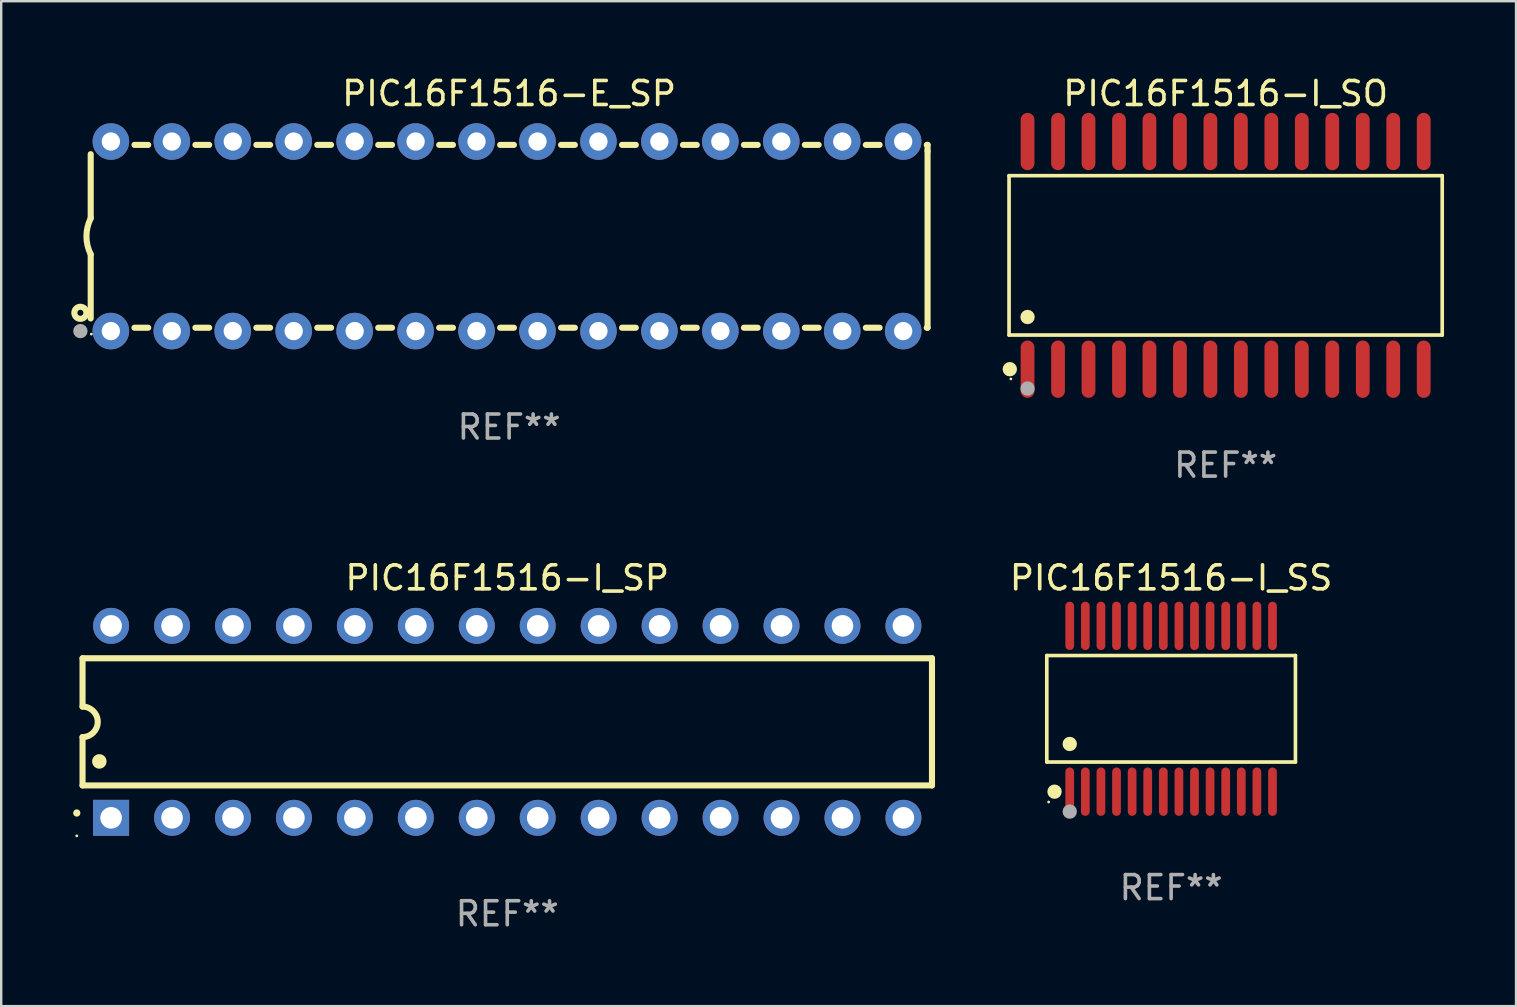
<source format=kicad_pcb>
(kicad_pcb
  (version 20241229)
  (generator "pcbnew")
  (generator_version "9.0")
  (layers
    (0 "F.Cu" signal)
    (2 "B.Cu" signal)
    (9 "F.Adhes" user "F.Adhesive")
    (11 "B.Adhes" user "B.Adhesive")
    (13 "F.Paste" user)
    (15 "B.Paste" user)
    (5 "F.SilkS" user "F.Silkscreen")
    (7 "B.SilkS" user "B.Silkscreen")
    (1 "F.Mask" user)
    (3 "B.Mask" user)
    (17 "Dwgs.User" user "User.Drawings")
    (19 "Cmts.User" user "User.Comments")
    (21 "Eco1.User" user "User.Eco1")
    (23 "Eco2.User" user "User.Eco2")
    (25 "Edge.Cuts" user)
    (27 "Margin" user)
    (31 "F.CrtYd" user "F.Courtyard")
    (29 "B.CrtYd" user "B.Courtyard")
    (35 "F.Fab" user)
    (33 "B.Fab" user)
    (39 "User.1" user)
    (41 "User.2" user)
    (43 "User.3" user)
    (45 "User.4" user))
  (footprint "PIC16F1516-E_SP"
    (layer "F.Cu")
    (at 18.168 6.798)
    (property "Reference" "PIC16F1516-E_SP" (at 0 -5.95 0) (layer "F.SilkS") (effects (font (size 1 1) (thickness 0.15))))
    (attr through_hole)
    (fp_line (start -17.438 0.75) (end -17.438 3.423) (stroke (width 0.254) (type solid)) (layer "F.SilkS"))
    (fp_line (start -17.438 -3.423) (end -17.438 -0.75) (stroke (width 0.254) (type solid)) (layer "F.SilkS"))
    (fp_line (start -15.615 3.81) (end -15.041 3.81) (stroke (width 0.254) (type solid)) (layer "F.SilkS"))
    (fp_line (start -15.041 -3.81) (end -15.614 -3.81) (stroke (width 0.254) (type solid)) (layer "F.SilkS"))
    (fp_line (start -13.075 3.81) (end -12.501 3.81) (stroke (width 0.254) (type solid)) (layer "F.SilkS"))
    (fp_line (start -12.501 -3.81) (end -13.074 -3.81) (stroke (width 0.254) (type solid)) (layer "F.SilkS"))
    (fp_line (start -10.535 3.81) (end -9.961 3.81) (stroke (width 0.254) (type solid)) (layer "F.SilkS"))
    (fp_line (start -9.961 -3.81) (end -10.534 -3.81) (stroke (width 0.254) (type solid)) (layer "F.SilkS"))
    (fp_line (start -7.995 3.81) (end -7.421 3.81) (stroke (width 0.254) (type solid)) (layer "F.SilkS"))
    (fp_line (start -7.421 -3.81) (end -7.995 -3.81) (stroke (width 0.254) (type solid)) (layer "F.SilkS"))
    (fp_line (start -5.455 3.81) (end -4.881 3.81) (stroke (width 0.254) (type solid)) (layer "F.SilkS"))
    (fp_line (start -4.881 -3.81) (end -5.455 -3.81) (stroke (width 0.254) (type solid)) (layer "F.SilkS"))
    (fp_line (start -2.915 3.81) (end -2.341 3.81) (stroke (width 0.254) (type solid)) (layer "F.SilkS"))
    (fp_line (start -2.341 -3.81) (end -2.915 -3.81) (stroke (width 0.254) (type solid)) (layer "F.SilkS"))
    (fp_line (start -0.375 3.81) (end 0.199 3.81) (stroke (width 0.254) (type solid)) (layer "F.SilkS"))
    (fp_line (start 0.199 -3.81) (end -0.375 -3.81) (stroke (width 0.254) (type solid)) (layer "F.SilkS"))
    (fp_line (start 2.165 3.81) (end 2.739 3.81) (stroke (width 0.254) (type solid)) (layer "F.SilkS"))
    (fp_line (start 2.739 -3.81) (end 2.165 -3.81) (stroke (width 0.254) (type solid)) (layer "F.SilkS"))
    (fp_line (start 4.705 3.81) (end 5.279 3.81) (stroke (width 0.254) (type solid)) (layer "F.SilkS"))
    (fp_line (start 5.279 -3.81) (end 4.705 -3.81) (stroke (width 0.254) (type solid)) (layer "F.SilkS"))
    (fp_line (start 7.245 3.81) (end 7.819 3.81) (stroke (width 0.254) (type solid)) (layer "F.SilkS"))
    (fp_line (start 7.819 -3.81) (end 7.245 -3.81) (stroke (width 0.254) (type solid)) (layer "F.SilkS"))
    (fp_line (start 9.785 3.81) (end 10.359 3.81) (stroke (width 0.254) (type solid)) (layer "F.SilkS"))
    (fp_line (start 10.359 -3.81) (end 9.785 -3.81) (stroke (width 0.254) (type solid)) (layer "F.SilkS"))
    (fp_line (start 12.325 3.81) (end 12.899 3.81) (stroke (width 0.254) (type solid)) (layer "F.SilkS"))
    (fp_line (start 12.899 -3.81) (end 12.325 -3.81) (stroke (width 0.254) (type solid)) (layer "F.SilkS"))
    (fp_line (start 14.865 3.81) (end 15.439 3.81) (stroke (width 0.254) (type solid)) (layer "F.SilkS"))
    (fp_line (start 15.439 -3.81) (end 14.865 -3.81) (stroke (width 0.254) (type solid)) (layer "F.SilkS"))
    (fp_line (start 17.405 3.81) (end 17.438 3.81) (stroke (width 0.254) (type solid)) (layer "F.SilkS"))
    (fp_line (start 17.438 -3.81) (end 17.405 -3.81) (stroke (width 0.254) (type solid)) (layer "F.SilkS"))
    (fp_line (start 17.438 -3.556) (end 17.438 -3.81) (stroke (width 0.254) (type solid)) (layer "F.SilkS"))
    (fp_line (start 17.438 3.81) (end 17.438 -3.556) (stroke (width 0.254) (type solid)) (layer "F.SilkS"))
    (fp_arc (start -17.437986 0.749657) (mid -17.614887 -0.000024) (end -17.437783 -0.749657) (stroke (width 0.254001) (type solid)) (layer "F.SilkS"))
    (fp_circle (center -17.868 3.188) (end -17.743 3.188) (stroke (width 0.254) (type solid)) (fill no) (layer "F.SilkS"))
    (fp_circle (center -17.411 4.077) (end -17.381 4.077) (stroke (width 0.06) (type solid)) (fill no) (layer "F.SilkS"))
    (fp_circle (center -17.868 3.95) (end -17.718 3.95) (stroke (width 0.3) (type solid)) (fill no) (layer "F.Fab"))
    (fp_text user "REF**" (at 0 7.95 0) (layer "F.Fab") (effects (font (size 1 1) (thickness 0.15))))
    (pad "1" thru_hole circle (at -16.598 3.95) (size 1.524 1.524) (drill 0.762) (layers "*.Cu" "*.Mask"))
    (pad "2" thru_hole circle (at -14.058 3.95) (size 1.524 1.524) (drill 0.762) (layers "*.Cu" "*.Mask"))
    (pad "3" thru_hole circle (at -11.518 3.95) (size 1.524 1.524) (drill 0.762) (layers "*.Cu" "*.Mask"))
    (pad "4" thru_hole circle (at -8.978 3.95) (size 1.524 1.524) (drill 0.762) (layers "*.Cu" "*.Mask"))
    (pad "5" thru_hole circle (at -6.438 3.95) (size 1.524 1.524) (drill 0.762) (layers "*.Cu" "*.Mask"))
    (pad "6" thru_hole circle (at -3.898 3.95) (size 1.524 1.524) (drill 0.762) (layers "*.Cu" "*.Mask"))
    (pad "7" thru_hole circle (at -1.358 3.95) (size 1.524 1.524) (drill 0.762) (layers "*.Cu" "*.Mask"))
    (pad "8" thru_hole circle (at 1.182 3.95) (size 1.524 1.524) (drill 0.762) (layers "*.Cu" "*.Mask"))
    (pad "9" thru_hole circle (at 3.722 3.95) (size 1.524 1.524) (drill 0.762) (layers "*.Cu" "*.Mask"))
    (pad "10" thru_hole circle (at 6.262 3.95) (size 1.524 1.524) (drill 0.762) (layers "*.Cu" "*.Mask"))
    (pad "11" thru_hole circle (at 8.802 3.95) (size 1.524 1.524) (drill 0.762) (layers "*.Cu" "*.Mask"))
    (pad "12" thru_hole circle (at 11.342 3.95) (size 1.524 1.524) (drill 0.762) (layers "*.Cu" "*.Mask"))
    (pad "13" thru_hole circle (at 13.882 3.95) (size 1.524 1.524) (drill 0.762) (layers "*.Cu" "*.Mask"))
    (pad "14" thru_hole circle (at 16.422 3.95) (size 1.524 1.524) (drill 0.762) (layers "*.Cu" "*.Mask"))
    (pad "15" thru_hole circle (at 16.422 -3.95) (size 1.524 1.524) (drill 0.762) (layers "*.Cu" "*.Mask"))
    (pad "16" thru_hole circle (at 13.882 -3.95) (size 1.524 1.524) (drill 0.762) (layers "*.Cu" "*.Mask"))
    (pad "17" thru_hole circle (at 11.342 -3.95) (size 1.524 1.524) (drill 0.762) (layers "*.Cu" "*.Mask"))
    (pad "18" thru_hole circle (at 8.802 -3.95) (size 1.524 1.524) (drill 0.762) (layers "*.Cu" "*.Mask"))
    (pad "19" thru_hole circle (at 6.262 -3.95) (size 1.524 1.524) (drill 0.762) (layers "*.Cu" "*.Mask"))
    (pad "20" thru_hole circle (at 3.722 -3.95) (size 1.524 1.524) (drill 0.762) (layers "*.Cu" "*.Mask"))
    (pad "21" thru_hole circle (at 1.182 -3.95) (size 1.524 1.524) (drill 0.762) (layers "*.Cu" "*.Mask"))
    (pad "22" thru_hole circle (at -1.358 -3.95) (size 1.524 1.524) (drill 0.762) (layers "*.Cu" "*.Mask"))
    (pad "23" thru_hole circle (at -3.898 -3.95) (size 1.524 1.524) (drill 0.762) (layers "*.Cu" "*.Mask"))
    (pad "24" thru_hole circle (at -6.438 -3.95) (size 1.524 1.524) (drill 0.762) (layers "*.Cu" "*.Mask"))
    (pad "25" thru_hole circle (at -8.978 -3.95) (size 1.524 1.524) (drill 0.762) (layers "*.Cu" "*.Mask"))
    (pad "26" thru_hole circle (at -11.517 -3.95) (size 1.524 1.524) (drill 0.762) (layers "*.Cu" "*.Mask"))
    (pad "27" thru_hole circle (at -14.057 -3.95) (size 1.524 1.524) (drill 0.762) (layers "*.Cu" "*.Mask"))
    (pad "28" thru_hole circle (at -16.597 -3.95) (size 1.524 1.524) (drill 0.762) (layers "*.Cu" "*.Mask")))
  (footprint "PIC16F1516-I_SP"
    (layer "F.Cu")
    (at 18.09 27.033)
    (property "Reference" "PIC16F1516-I_SP" (at 0 -6 0) (layer "F.SilkS") (effects (font (size 1 1) (thickness 0.15))))
    (attr through_hole)
    (fp_line (start -17.7 -2.65) (end 17.7 -2.65) (stroke (width 0.254) (type solid)) (layer "F.SilkS"))
    (fp_line (start -17.7 -0.635) (end -17.7 -2.65) (stroke (width 0.254) (type solid)) (layer "F.SilkS"))
    (fp_line (start -17.7 2.65) (end -17.7 0.635) (stroke (width 0.254) (type solid)) (layer "F.SilkS"))
    (fp_line (start 17.7 -2.65) (end 17.7 2.65) (stroke (width 0.254) (type solid)) (layer "F.SilkS"))
    (fp_line (start 17.7 2.65) (end -17.7 2.65) (stroke (width 0.254) (type solid)) (layer "F.SilkS"))
    (fp_arc (start -17.940056 3.799848) (mid -17.940061 3.798578) (end -17.940056 3.797308) (stroke (width 0.3) (type solid)) (layer "F.SilkS"))
    (fp_arc (start -17.701295 -0.635001) (mid -17.066294 0) (end -17.701295 0.635001) (stroke (width 0.254001) (type solid)) (layer "F.SilkS"))
    (fp_arc (start -17.000254 1.651003) (mid -17.000265 1.648463) (end -17.000254 1.645923) (stroke (width 0.6) (type solid)) (layer "F.SilkS"))
    (fp_circle (center -17.94 4.75) (end -17.91 4.75) (stroke (width 0.06) (type solid)) (fill no) (layer "F.SilkS"))
    (fp_text user "REF**" (at 0 8 0) (layer "F.Fab") (effects (font (size 1 1) (thickness 0.15))))
    (pad "1" thru_hole rect (at -16.51 4 90) (size 1.5 1.5) (drill 0.9) (layers "*.Cu" "*.Mask"))
    (pad "2" thru_hole circle (at -13.97 4) (size 1.5 1.5) (drill 0.9) (layers "*.Cu" "*.Mask"))
    (pad "3" thru_hole circle (at -11.43 4) (size 1.5 1.5) (drill 0.9) (layers "*.Cu" "*.Mask"))
    (pad "4" thru_hole circle (at -8.89 4) (size 1.5 1.5) (drill 0.9) (layers "*.Cu" "*.Mask"))
    (pad "5" thru_hole circle (at -6.35 4) (size 1.5 1.5) (drill 0.9) (layers "*.Cu" "*.Mask"))
    (pad "6" thru_hole circle (at -3.81 4) (size 1.5 1.5) (drill 0.9) (layers "*.Cu" "*.Mask"))
    (pad "7" thru_hole circle (at -1.27 4) (size 1.5 1.5) (drill 0.9) (layers "*.Cu" "*.Mask"))
    (pad "8" thru_hole circle (at 1.27 4) (size 1.5 1.5) (drill 0.9) (layers "*.Cu" "*.Mask"))
    (pad "9" thru_hole circle (at 3.81 4) (size 1.5 1.5) (drill 0.9) (layers "*.Cu" "*.Mask"))
    (pad "10" thru_hole circle (at 6.35 4) (size 1.5 1.5) (drill 0.9) (layers "*.Cu" "*.Mask"))
    (pad "11" thru_hole circle (at 8.89 4) (size 1.5 1.5) (drill 0.9) (layers "*.Cu" "*.Mask"))
    (pad "12" thru_hole circle (at 11.43 4) (size 1.5 1.5) (drill 0.9) (layers "*.Cu" "*.Mask"))
    (pad "13" thru_hole circle (at 13.97 4) (size 1.5 1.5) (drill 0.9) (layers "*.Cu" "*.Mask"))
    (pad "14" thru_hole circle (at 16.51 4) (size 1.5 1.5) (drill 0.9) (layers "*.Cu" "*.Mask"))
    (pad "15" thru_hole circle (at 16.51 -4) (size 1.5 1.5) (drill 0.9) (layers "*.Cu" "*.Mask"))
    (pad "16" thru_hole circle (at 13.97 -4) (size 1.5 1.5) (drill 0.9) (layers "*.Cu" "*.Mask"))
    (pad "17" thru_hole circle (at 11.43 -4) (size 1.5 1.5) (drill 0.9) (layers "*.Cu" "*.Mask"))
    (pad "18" thru_hole circle (at 8.89 -4) (size 1.5 1.5) (drill 0.9) (layers "*.Cu" "*.Mask"))
    (pad "19" thru_hole circle (at 6.35 -4) (size 1.5 1.5) (drill 0.9) (layers "*.Cu" "*.Mask"))
    (pad "20" thru_hole circle (at 3.81 -4) (size 1.5 1.5) (drill 0.9) (layers "*.Cu" "*.Mask"))
    (pad "21" thru_hole circle (at 1.27 -4) (size 1.5 1.5) (drill 0.9) (layers "*.Cu" "*.Mask"))
    (pad "22" thru_hole circle (at -1.27 -4) (size 1.5 1.5) (drill 0.9) (layers "*.Cu" "*.Mask"))
    (pad "23" thru_hole circle (at -3.81 -4) (size 1.5 1.5) (drill 0.9) (layers "*.Cu" "*.Mask"))
    (pad "24" thru_hole circle (at -6.35 -4) (size 1.5 1.5) (drill 0.9) (layers "*.Cu" "*.Mask"))
    (pad "25" thru_hole circle (at -8.89 -4) (size 1.5 1.5) (drill 0.9) (layers "*.Cu" "*.Mask"))
    (pad "26" thru_hole circle (at -11.43 -4) (size 1.5 1.5) (drill 0.9) (layers "*.Cu" "*.Mask"))
    (pad "27" thru_hole circle (at -13.97 -4) (size 1.5 1.5) (drill 0.9) (layers "*.Cu" "*.Mask"))
    (pad "28" thru_hole circle (at -16.51 -4) (size 1.5 1.5) (drill 0.9) (layers "*.Cu" "*.Mask")))
  (footprint "PIC16F1516-I_SO"
    (layer "F.Cu")
    (at 48.028 7.592)
    (property "Reference" "PIC16F1516-I_SO" (at 0 -6.744 0) (layer "F.SilkS") (effects (font (size 1 1) (thickness 0.15))))
    (attr through_hole)
    (fp_line (start -9.026 -3.321) (end 9.026 -3.321) (stroke (width 0.152) (type solid)) (layer "F.SilkS"))
    (fp_line (start -9.026 3.321) (end -9.026 -3.321) (stroke (width 0.152) (type solid)) (layer "F.SilkS"))
    (fp_line (start 9.026 -3.321) (end 9.026 3.321) (stroke (width 0.152) (type solid)) (layer "F.SilkS"))
    (fp_line (start 9.026 3.321) (end -9.026 3.321) (stroke (width 0.152) (type solid)) (layer "F.SilkS"))
    (fp_circle (center -8.994 4.744) (end -8.844 4.744) (stroke (width 0.3) (type solid)) (fill no) (layer "F.SilkS"))
    (fp_circle (center -8.95 5.15) (end -8.92 5.15) (stroke (width 0.06) (type solid)) (fill no) (layer "F.SilkS"))
    (fp_circle (center -8.255 2.569) (end -8.105 2.569) (stroke (width 0.3) (type solid)) (fill no) (layer "F.SilkS"))
    (fp_circle (center -8.255 5.55) (end -8.105 5.55) (stroke (width 0.3) (type solid)) (fill no) (layer "F.Fab"))
    (fp_text user "REF**" (at 0 8.744 0) (layer "F.Fab") (effects (font (size 1 1) (thickness 0.15))))
    (pad "1" smd oval (at -8.255 4.744) (size 0.574 2.388) (layers "F.Cu" "F.Mask" "F.Paste"))
    (pad "2" smd oval (at -6.985 4.744) (size 0.574 2.388) (layers "F.Cu" "F.Mask" "F.Paste"))
    (pad "3" smd oval (at -5.715 4.744) (size 0.574 2.388) (layers "F.Cu" "F.Mask" "F.Paste"))
    (pad "4" smd oval (at -4.445 4.744) (size 0.574 2.388) (layers "F.Cu" "F.Mask" "F.Paste"))
    (pad "5" smd oval (at -3.175 4.744) (size 0.574 2.388) (layers "F.Cu" "F.Mask" "F.Paste"))
    (pad "6" smd oval (at -1.905 4.744) (size 0.574 2.388) (layers "F.Cu" "F.Mask" "F.Paste"))
    (pad "7" smd oval (at -0.635 4.744) (size 0.574 2.388) (layers "F.Cu" "F.Mask" "F.Paste"))
    (pad "8" smd oval (at 0.635 4.744) (size 0.574 2.388) (layers "F.Cu" "F.Mask" "F.Paste"))
    (pad "9" smd oval (at 1.905 4.744) (size 0.574 2.388) (layers "F.Cu" "F.Mask" "F.Paste"))
    (pad "10" smd oval (at 3.175 4.744) (size 0.574 2.388) (layers "F.Cu" "F.Mask" "F.Paste"))
    (pad "11" smd oval (at 4.445 4.744) (size 0.574 2.388) (layers "F.Cu" "F.Mask" "F.Paste"))
    (pad "12" smd oval (at 5.715 4.744) (size 0.574 2.388) (layers "F.Cu" "F.Mask" "F.Paste"))
    (pad "13" smd oval (at 6.985 4.744) (size 0.574 2.388) (layers "F.Cu" "F.Mask" "F.Paste"))
    (pad "14" smd oval (at 8.255 4.744) (size 0.574 2.388) (layers "F.Cu" "F.Mask" "F.Paste"))
    (pad "15" smd oval (at 8.255 -4.744) (size 0.574 2.388) (layers "F.Cu" "F.Mask" "F.Paste"))
    (pad "16" smd oval (at 6.985 -4.744) (size 0.574 2.388) (layers "F.Cu" "F.Mask" "F.Paste"))
    (pad "17" smd oval (at 5.715 -4.744) (size 0.574 2.388) (layers "F.Cu" "F.Mask" "F.Paste"))
    (pad "18" smd oval (at 4.445 -4.744) (size 0.574 2.388) (layers "F.Cu" "F.Mask" "F.Paste"))
    (pad "19" smd oval (at 3.175 -4.744) (size 0.574 2.388) (layers "F.Cu" "F.Mask" "F.Paste"))
    (pad "20" smd oval (at 1.905 -4.744) (size 0.574 2.388) (layers "F.Cu" "F.Mask" "F.Paste"))
    (pad "21" smd oval (at 0.635 -4.744) (size 0.574 2.388) (layers "F.Cu" "F.Mask" "F.Paste"))
    (pad "22" smd oval (at -0.635 -4.744) (size 0.574 2.388) (layers "F.Cu" "F.Mask" "F.Paste"))
    (pad "23" smd oval (at -1.905 -4.744) (size 0.574 2.388) (layers "F.Cu" "F.Mask" "F.Paste"))
    (pad "24" smd oval (at -3.175 -4.744) (size 0.574 2.388) (layers "F.Cu" "F.Mask" "F.Paste"))
    (pad "25" smd oval (at -4.445 -4.744) (size 0.574 2.388) (layers "F.Cu" "F.Mask" "F.Paste"))
    (pad "26" smd oval (at -5.715 -4.744) (size 0.574 2.388) (layers "F.Cu" "F.Mask" "F.Paste"))
    (pad "27" smd oval (at -6.985 -4.744) (size 0.574 2.388) (layers "F.Cu" "F.Mask" "F.Paste"))
    (pad "28" smd oval (at -8.255 -4.744) (size 0.574 2.388) (layers "F.Cu" "F.Mask" "F.Paste")))
  (footprint "PIC16F1516-I_SS"
    (layer "F.Cu")
    (at 45.756 26.488)
    (property "Reference" "PIC16F1516-I_SS" (at 0 -5.455 0) (layer "F.SilkS") (effects (font (size 1 1) (thickness 0.15))))
    (attr through_hole)
    (fp_line (start -5.181 -2.219) (end 5.181 -2.219) (stroke (width 0.152) (type solid)) (layer "F.SilkS"))
    (fp_line (start -5.181 2.219) (end -5.181 -2.219) (stroke (width 0.152) (type solid)) (layer "F.SilkS"))
    (fp_line (start 5.181 -2.219) (end 5.181 2.219) (stroke (width 0.152) (type solid)) (layer "F.SilkS"))
    (fp_line (start 5.181 2.219) (end -5.181 2.219) (stroke (width 0.152) (type solid)) (layer "F.SilkS"))
    (fp_circle (center -5.105 3.885) (end -5.075 3.885) (stroke (width 0.06) (type solid)) (fill no) (layer "F.SilkS"))
    (fp_circle (center -4.859 3.455) (end -4.709 3.455) (stroke (width 0.3) (type solid)) (fill no) (layer "F.SilkS"))
    (fp_circle (center -4.225 1.467) (end -4.075 1.467) (stroke (width 0.3) (type solid)) (fill no) (layer "F.SilkS"))
    (fp_circle (center -4.225 4.285) (end -4.075 4.285) (stroke (width 0.3) (type solid)) (fill no) (layer "F.Fab"))
    (fp_text user "REF**" (at 0 7.455 0) (layer "F.Fab") (effects (font (size 1 1) (thickness 0.15))))
    (pad "1" smd oval (at -4.225 3.455) (size 0.364 2.015) (layers "F.Cu" "F.Mask" "F.Paste"))
    (pad "2" smd oval (at -3.575 3.455) (size 0.364 2.015) (layers "F.Cu" "F.Mask" "F.Paste"))
    (pad "3" smd oval (at -2.925 3.455) (size 0.364 2.015) (layers "F.Cu" "F.Mask" "F.Paste"))
    (pad "4" smd oval (at -2.275 3.455) (size 0.364 2.015) (layers "F.Cu" "F.Mask" "F.Paste"))
    (pad "5" smd oval (at -1.625 3.455) (size 0.364 2.015) (layers "F.Cu" "F.Mask" "F.Paste"))
    (pad "6" smd oval (at -0.975 3.455) (size 0.364 2.015) (layers "F.Cu" "F.Mask" "F.Paste"))
    (pad "7" smd oval (at -0.325 3.455) (size 0.364 2.015) (layers "F.Cu" "F.Mask" "F.Paste"))
    (pad "8" smd oval (at 0.325 3.455) (size 0.364 2.015) (layers "F.Cu" "F.Mask" "F.Paste"))
    (pad "9" smd oval (at 0.975 3.455) (size 0.364 2.015) (layers "F.Cu" "F.Mask" "F.Paste"))
    (pad "10" smd oval (at 1.625 3.455) (size 0.364 2.015) (layers "F.Cu" "F.Mask" "F.Paste"))
    (pad "11" smd oval (at 2.275 3.455) (size 0.364 2.015) (layers "F.Cu" "F.Mask" "F.Paste"))
    (pad "12" smd oval (at 2.925 3.455) (size 0.364 2.015) (layers "F.Cu" "F.Mask" "F.Paste"))
    (pad "13" smd oval (at 3.575 3.455) (size 0.364 2.015) (layers "F.Cu" "F.Mask" "F.Paste"))
    (pad "14" smd oval (at 4.225 3.455) (size 0.364 2.015) (layers "F.Cu" "F.Mask" "F.Paste"))
    (pad "15" smd oval (at 4.225 -3.455) (size 0.364 2.015) (layers "F.Cu" "F.Mask" "F.Paste"))
    (pad "16" smd oval (at 3.575 -3.455) (size 0.364 2.015) (layers "F.Cu" "F.Mask" "F.Paste"))
    (pad "17" smd oval (at 2.925 -3.455) (size 0.364 2.015) (layers "F.Cu" "F.Mask" "F.Paste"))
    (pad "18" smd oval (at 2.275 -3.455) (size 0.364 2.015) (layers "F.Cu" "F.Mask" "F.Paste"))
    (pad "19" smd oval (at 1.625 -3.455) (size 0.364 2.015) (layers "F.Cu" "F.Mask" "F.Paste"))
    (pad "20" smd oval (at 0.975 -3.455) (size 0.364 2.015) (layers "F.Cu" "F.Mask" "F.Paste"))
    (pad "21" smd oval (at 0.325 -3.455) (size 0.364 2.015) (layers "F.Cu" "F.Mask" "F.Paste"))
    (pad "22" smd oval (at -0.325 -3.455) (size 0.364 2.015) (layers "F.Cu" "F.Mask" "F.Paste"))
    (pad "23" smd oval (at -0.975 -3.455) (size 0.364 2.015) (layers "F.Cu" "F.Mask" "F.Paste"))
    (pad "24" smd oval (at -1.625 -3.455) (size 0.364 2.015) (layers "F.Cu" "F.Mask" "F.Paste"))
    (pad "25" smd oval (at -2.275 -3.455) (size 0.364 2.015) (layers "F.Cu" "F.Mask" "F.Paste"))
    (pad "26" smd oval (at -2.925 -3.455) (size 0.364 2.015) (layers "F.Cu" "F.Mask" "F.Paste"))
    (pad "27" smd oval (at -3.575 -3.455) (size 0.364 2.015) (layers "F.Cu" "F.Mask" "F.Paste"))
    (pad "28" smd oval (at -4.225 -3.455) (size 0.364 2.015) (layers "F.Cu" "F.Mask" "F.Paste")))
  (gr_rect
    (start -3 -3)
    (end 60.13 38.881)
    (stroke (width 0.1) (type default))
    (fill no)
    (layer "Edge.Cuts")))
</source>
